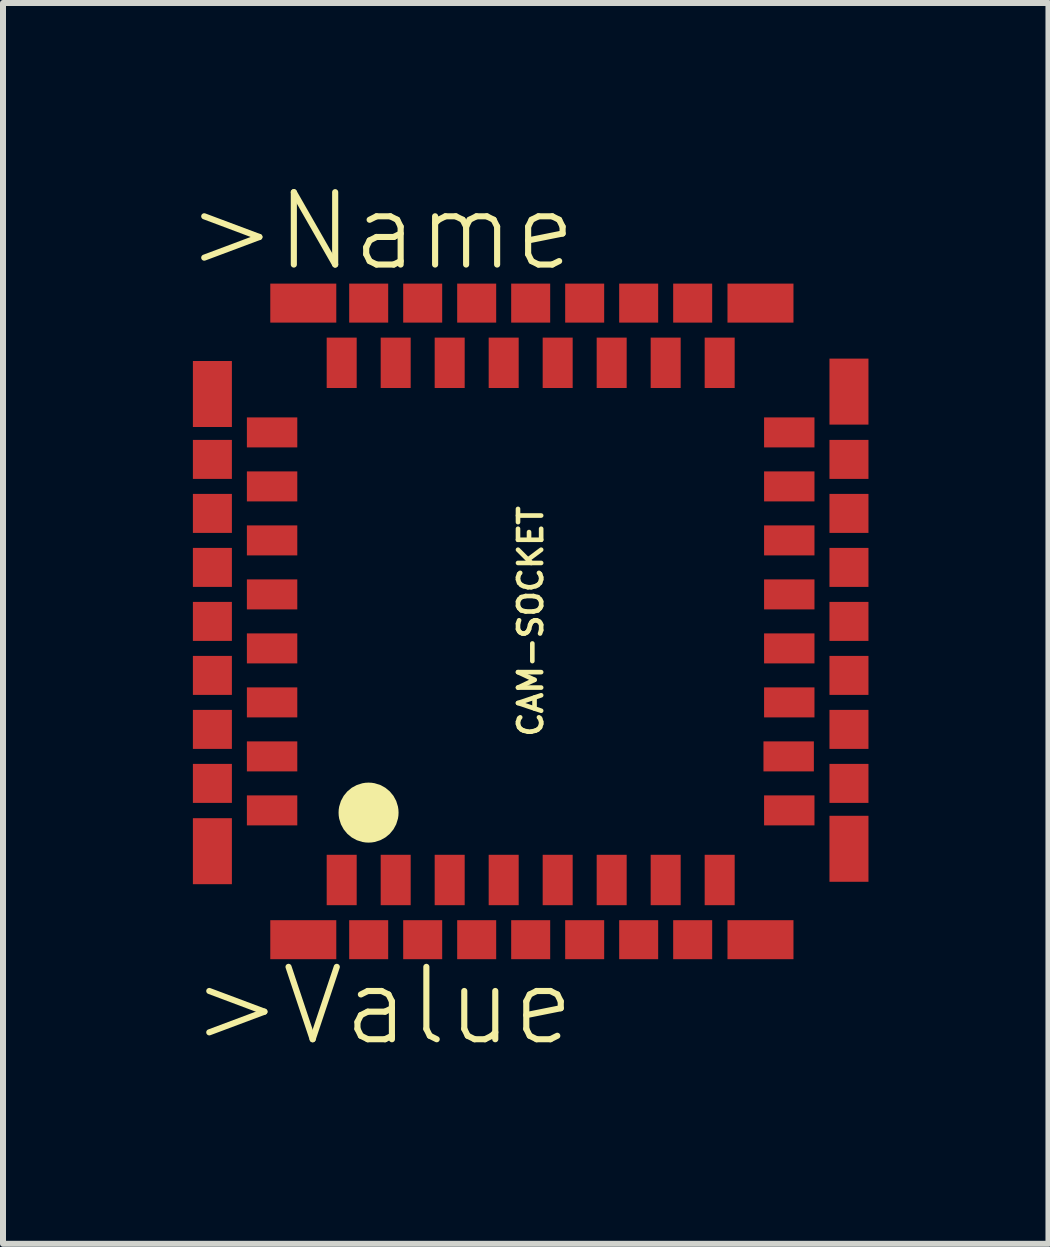
<source format=kicad_pcb>
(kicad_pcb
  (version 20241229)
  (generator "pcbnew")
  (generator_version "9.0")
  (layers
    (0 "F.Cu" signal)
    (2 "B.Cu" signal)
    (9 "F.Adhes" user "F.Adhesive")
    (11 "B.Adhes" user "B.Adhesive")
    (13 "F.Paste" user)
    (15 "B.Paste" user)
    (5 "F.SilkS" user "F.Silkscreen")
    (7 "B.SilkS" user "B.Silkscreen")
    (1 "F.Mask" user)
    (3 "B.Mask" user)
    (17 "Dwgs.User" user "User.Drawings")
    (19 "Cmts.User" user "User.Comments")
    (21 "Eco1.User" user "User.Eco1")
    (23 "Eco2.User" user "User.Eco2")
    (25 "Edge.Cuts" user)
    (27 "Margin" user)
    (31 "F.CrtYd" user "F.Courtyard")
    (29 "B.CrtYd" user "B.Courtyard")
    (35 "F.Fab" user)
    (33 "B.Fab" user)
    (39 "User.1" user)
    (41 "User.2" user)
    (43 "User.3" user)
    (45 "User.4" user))
  (footprint "CAM-SOCKET"
    (layer "F.Cu")
    (at 5.795 7.307)
    (property "Reference" "CAM-SOCKET" (at 0 0 90) (layer "F.SilkS") (effects (font (size 0.386 0.386) (thickness 0.077))))
    (attr through_hole)
    (fp_circle (center -2.702 3.187) (end -2.452 3.187) (stroke (width 0.5) (type solid)) (fill no) (layer "F.SilkS"))
    (fp_text user ">Name" (at -5.795 -5.795 0) (layer "F.SilkS") (effects (font (size 1.206 1.206) (thickness 0.102)) (justify left bottom)))
    (fp_text user ">Value" (at -5.711 7.117 0) (layer "F.SilkS") (effects (font (size 1.206 1.206) (thickness 0.102)) (justify left bottom)))
    (pad "1" smd rect (at -3.15 4.31) (size 0.5 0.84) (layers "F.Cu" "F.Mask" "F.Paste"))
    (pad "2" smd rect (at -2.25 4.31) (size 0.5 0.84) (layers "F.Cu" "F.Mask" "F.Paste"))
    (pad "3" smd rect (at -1.35 4.31) (size 0.5 0.84) (layers "F.Cu" "F.Mask" "F.Paste"))
    (pad "4" smd rect (at -0.45 4.31) (size 0.5 0.84) (layers "F.Cu" "F.Mask" "F.Paste"))
    (pad "5" smd rect (at 0.45 4.31) (size 0.5 0.84) (layers "F.Cu" "F.Mask" "F.Paste"))
    (pad "6" smd rect (at 1.35 4.31) (size 0.5 0.84) (layers "F.Cu" "F.Mask" "F.Paste"))
    (pad "7" smd rect (at 2.25 4.31) (size 0.5 0.84) (layers "F.Cu" "F.Mask" "F.Paste"))
    (pad "8" smd rect (at 3.15 4.31) (size 0.5 0.84) (layers "F.Cu" "F.Mask" "F.Paste"))
    (pad "9" smd rect (at 4.31 3.15 90) (size 0.5 0.84) (layers "F.Cu" "F.Mask" "F.Paste"))
    (pad "10" smd rect (at 4.3 2.25 90) (size 0.5 0.84) (layers "F.Cu" "F.Mask" "F.Paste"))
    (pad "11" smd rect (at 4.31 1.35 90) (size 0.5 0.84) (layers "F.Cu" "F.Mask" "F.Paste"))
    (pad "12" smd rect (at 4.31 0.45 90) (size 0.5 0.84) (layers "F.Cu" "F.Mask" "F.Paste"))
    (pad "13" smd rect (at 4.31 -0.45 90) (size 0.5 0.84) (layers "F.Cu" "F.Mask" "F.Paste"))
    (pad "14" smd rect (at 4.31 -1.35 90) (size 0.5 0.84) (layers "F.Cu" "F.Mask" "F.Paste"))
    (pad "15" smd rect (at 4.31 -2.25 90) (size 0.5 0.84) (layers "F.Cu" "F.Mask" "F.Paste"))
    (pad "16" smd rect (at 4.31 -3.15 90) (size 0.5 0.84) (layers "F.Cu" "F.Mask" "F.Paste"))
    (pad "17" smd rect (at 3.15 -4.31) (size 0.5 0.84) (layers "F.Cu" "F.Mask" "F.Paste"))
    (pad "18" smd rect (at 2.25 -4.31) (size 0.5 0.84) (layers "F.Cu" "F.Mask" "F.Paste"))
    (pad "19" smd rect (at 1.35 -4.31) (size 0.5 0.84) (layers "F.Cu" "F.Mask" "F.Paste"))
    (pad "20" smd rect (at 0.45 -4.31) (size 0.5 0.84) (layers "F.Cu" "F.Mask" "F.Paste"))
    (pad "21" smd rect (at -0.45 -4.31) (size 0.5 0.84) (layers "F.Cu" "F.Mask" "F.Paste"))
    (pad "22" smd rect (at -1.35 -4.31) (size 0.5 0.84) (layers "F.Cu" "F.Mask" "F.Paste"))
    (pad "23" smd rect (at -2.25 -4.31) (size 0.5 0.84) (layers "F.Cu" "F.Mask" "F.Paste"))
    (pad "24" smd rect (at -3.15 -4.31) (size 0.5 0.84) (layers "F.Cu" "F.Mask" "F.Paste"))
    (pad "25" smd rect (at -4.31 -3.15 90) (size 0.5 0.84) (layers "F.Cu" "F.Mask" "F.Paste"))
    (pad "26" smd rect (at -4.31 -2.25 90) (size 0.5 0.84) (layers "F.Cu" "F.Mask" "F.Paste"))
    (pad "27" smd rect (at -4.31 -1.35 90) (size 0.5 0.84) (layers "F.Cu" "F.Mask" "F.Paste"))
    (pad "28" smd rect (at -4.31 -0.45 90) (size 0.5 0.84) (layers "F.Cu" "F.Mask" "F.Paste"))
    (pad "29" smd rect (at -4.31 0.45 90) (size 0.5 0.84) (layers "F.Cu" "F.Mask" "F.Paste"))
    (pad "30" smd rect (at -4.31 1.35 90) (size 0.5 0.84) (layers "F.Cu" "F.Mask" "F.Paste"))
    (pad "31" smd rect (at -4.31 2.25 90) (size 0.5 0.84) (layers "F.Cu" "F.Mask" "F.Paste"))
    (pad "32" smd rect (at -4.31 3.15 90) (size 0.5 0.84) (layers "F.Cu" "F.Mask" "F.Paste"))
    (pad "P$1" smd rect (at -5.305 -2.7) (size 0.65 0.65) (layers "F.Cu" "F.Mask" "F.Paste"))
    (pad "P$2" smd rect (at -5.305 3.83 90) (size 1.1 0.65) (layers "F.Cu" "F.Mask" "F.Paste"))
    (pad "P$3" smd rect (at -5.305 -1.8) (size 0.65 0.65) (layers "F.Cu" "F.Mask" "F.Paste"))
    (pad "P$4" smd rect (at -5.305 -0.9) (size 0.65 0.65) (layers "F.Cu" "F.Mask" "F.Paste"))
    (pad "P$5" smd rect (at -5.305 0) (size 0.65 0.65) (layers "F.Cu" "F.Mask" "F.Paste"))
    (pad "P$6" smd rect (at -5.305 0.9) (size 0.65 0.65) (layers "F.Cu" "F.Mask" "F.Paste"))
    (pad "P$7" smd rect (at -5.305 1.8) (size 0.65 0.65) (layers "F.Cu" "F.Mask" "F.Paste"))
    (pad "P$8" smd rect (at -5.305 2.7) (size 0.65 0.65) (layers "F.Cu" "F.Mask" "F.Paste"))
    (pad "P$9" smd rect (at -5.305 -3.79 90) (size 1.1 0.65) (layers "F.Cu" "F.Mask" "F.Paste"))
    (pad "P$10" smd rect (at 3.83 -5.305 180) (size 1.1 0.65) (layers "F.Cu" "F.Mask" "F.Paste"))
    (pad "P$11" smd rect (at -2.7 -5.305 90) (size 0.65 0.65) (layers "F.Cu" "F.Mask" "F.Paste"))
    (pad "P$12" smd rect (at -1.8 -5.305 90) (size 0.65 0.65) (layers "F.Cu" "F.Mask" "F.Paste"))
    (pad "P$13" smd rect (at -0.9 -5.305 90) (size 0.65 0.65) (layers "F.Cu" "F.Mask" "F.Paste"))
    (pad "P$14" smd rect (at 0 -5.305 90) (size 0.65 0.65) (layers "F.Cu" "F.Mask" "F.Paste"))
    (pad "P$15" smd rect (at 0.9 -5.305 90) (size 0.65 0.65) (layers "F.Cu" "F.Mask" "F.Paste"))
    (pad "P$16" smd rect (at 1.8 -5.305 90) (size 0.65 0.65) (layers "F.Cu" "F.Mask" "F.Paste"))
    (pad "P$17" smd rect (at 2.7 -5.305 90) (size 0.65 0.65) (layers "F.Cu" "F.Mask" "F.Paste"))
    (pad "P$18" smd rect (at -3.79 -5.305 180) (size 1.1 0.65) (layers "F.Cu" "F.Mask" "F.Paste"))
    (pad "P$19" smd rect (at 5.305 -3.83 270) (size 1.1 0.65) (layers "F.Cu" "F.Mask" "F.Paste"))
    (pad "P$20" smd rect (at 5.305 2.7 180) (size 0.65 0.65) (layers "F.Cu" "F.Mask" "F.Paste"))
    (pad "P$21" smd rect (at 5.305 1.8 180) (size 0.65 0.65) (layers "F.Cu" "F.Mask" "F.Paste"))
    (pad "P$22" smd rect (at 5.305 0.9 180) (size 0.65 0.65) (layers "F.Cu" "F.Mask" "F.Paste"))
    (pad "P$23" smd rect (at 5.305 0 180) (size 0.65 0.65) (layers "F.Cu" "F.Mask" "F.Paste"))
    (pad "P$24" smd rect (at 5.305 -0.9 180) (size 0.65 0.65) (layers "F.Cu" "F.Mask" "F.Paste"))
    (pad "P$25" smd rect (at 5.305 -1.8 180) (size 0.65 0.65) (layers "F.Cu" "F.Mask" "F.Paste"))
    (pad "P$26" smd rect (at 5.305 -2.7 180) (size 0.65 0.65) (layers "F.Cu" "F.Mask" "F.Paste"))
    (pad "P$27" smd rect (at 5.305 3.79 270) (size 1.1 0.65) (layers "F.Cu" "F.Mask" "F.Paste"))
    (pad "P$28" smd rect (at 3.83 5.305 180) (size 1.1 0.65) (layers "F.Cu" "F.Mask" "F.Paste"))
    (pad "P$29" smd rect (at -2.7 5.305 90) (size 0.65 0.65) (layers "F.Cu" "F.Mask" "F.Paste"))
    (pad "P$30" smd rect (at -1.8 5.305 90) (size 0.65 0.65) (layers "F.Cu" "F.Mask" "F.Paste"))
    (pad "P$31" smd rect (at -0.9 5.305 90) (size 0.65 0.65) (layers "F.Cu" "F.Mask" "F.Paste"))
    (pad "P$32" smd rect (at 0 5.305 90) (size 0.65 0.65) (layers "F.Cu" "F.Mask" "F.Paste"))
    (pad "P$33" smd rect (at 0.9 5.305 90) (size 0.65 0.65) (layers "F.Cu" "F.Mask" "F.Paste"))
    (pad "P$34" smd rect (at 1.8 5.305 90) (size 0.65 0.65) (layers "F.Cu" "F.Mask" "F.Paste"))
    (pad "P$35" smd rect (at 2.7 5.305 90) (size 0.65 0.65) (layers "F.Cu" "F.Mask" "F.Paste"))
    (pad "P$36" smd rect (at -3.79 5.305 180) (size 1.1 0.65) (layers "F.Cu" "F.Mask" "F.Paste")))
  (gr_rect
    (start -3 -3)
    (end 14.425 17.681)
    (stroke (width 0.1) (type default))
    (fill no)
    (layer "Edge.Cuts")))
</source>
